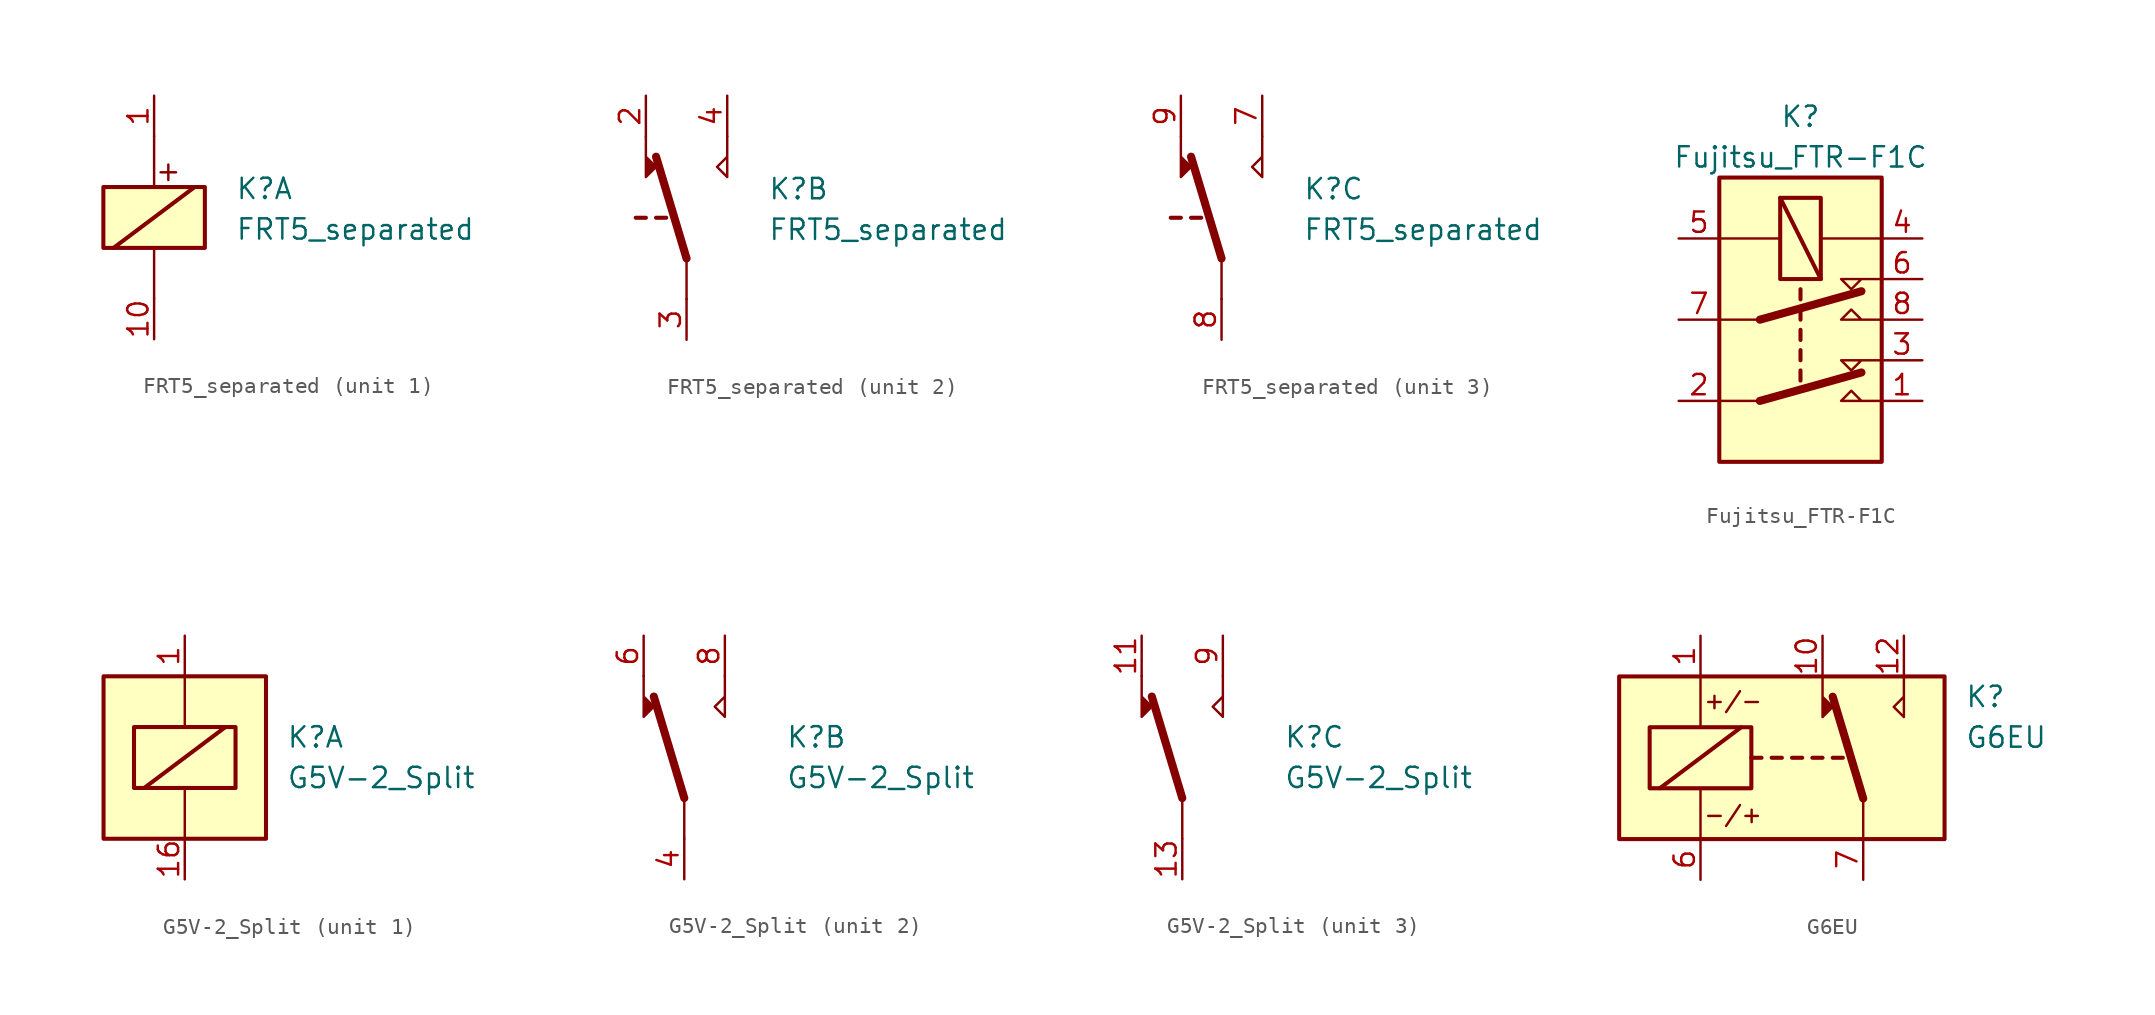
<source format=kicad_sym>
(kicad_symbol_lib
  (version 20220914)
  (generator kicad_symbol_editor)
  (symbol "FRT5_separated"
    (property "Reference" "K"
      (at 5.08 2.54 0)
      (effects (font (size 1.27 1.27)) (justify left top)))
    (property "Value" "FRT5_separated"
      (at 5.08 0 0)
      (effects (font (size 1.27 1.27)) (justify left top)))
    (symbol "FRT5_separated_1_0"
      (text "+" (at 0.889 2.921 0) (effects (font (size 1.27 1.27)))))
    (symbol "FRT5_separated_1_1"
      (rectangle (start -3.175 1.905) (end 3.175 -1.905) (stroke (width 0.254) (type default)) (fill (type background)))
      (polyline (pts (xy -2.54 -1.905) (xy 2.54 1.905)) (stroke (width 0.254) (type default)) (fill (type none)))
      (polyline (pts (xy 0 -5.08) (xy 0 -1.905)) (stroke (width 0) (type default)) (fill (type none)))
      (polyline (pts (xy 0 5.08) (xy 0 1.905)) (stroke (width 0) (type default)) (fill (type none)))
      (pin passive line (at 0 7.62 270) (length 2.54) (name "~" (effects (font (size 1.27 1.27)))) (number "1" (effects (font (size 1.27 1.27)))))
      (pin passive line (at 0 -7.62 90) (length 2.54) (name "~" (effects (font (size 1.27 1.27)))) (number "10" (effects (font (size 1.27 1.27))))))
    (symbol "FRT5_separated_2_1"
      (polyline (pts (xy -3.175 0) (xy -2.54 0)) (stroke (width 0.254) (type default)) (fill (type none)))
      (polyline (pts (xy -1.905 0) (xy -1.27 0)) (stroke (width 0.254) (type default)) (fill (type none)))
      (polyline (pts (xy 0 -2.54) (xy -1.905 3.81)) (stroke (width 0.508) (type default)) (fill (type none)))
      (polyline (pts (xy 0 -2.54) (xy 0 -5.08)) (stroke (width 0) (type default)) (fill (type none)))
      (polyline (pts (xy -2.54 5.08) (xy -2.54 2.54) (xy -1.905 3.175) (xy -2.54 3.81)) (stroke (width 0) (type default)) (fill (type outline)))
      (polyline (pts (xy 2.54 5.08) (xy 2.54 2.54) (xy 1.905 3.175) (xy 2.54 3.81)) (stroke (width 0) (type default)) (fill (type none)))
      (pin passive line (at -2.54 7.62 270) (length 2.54) (name "~" (effects (font (size 1.27 1.27)))) (number "2" (effects (font (size 1.27 1.27)))))
      (pin passive line (at 0 -7.62 90) (length 2.54) (name "~" (effects (font (size 1.27 1.27)))) (number "3" (effects (font (size 1.27 1.27)))))
      (pin passive line (at 2.54 7.62 270) (length 2.54) (name "~" (effects (font (size 1.27 1.27)))) (number "4" (effects (font (size 1.27 1.27))))))
    (symbol "FRT5_separated_3_1"
      (polyline (pts (xy -3.175 0) (xy -2.54 0)) (stroke (width 0.254) (type default)) (fill (type none)))
      (polyline (pts (xy -1.905 0) (xy -1.27 0)) (stroke (width 0.254) (type default)) (fill (type none)))
      (polyline (pts (xy 0 -2.54) (xy -1.905 3.81)) (stroke (width 0.508) (type default)) (fill (type none)))
      (polyline (pts (xy 0 -2.54) (xy 0 -5.08)) (stroke (width 0) (type default)) (fill (type none)))
      (polyline (pts (xy -2.54 5.08) (xy -2.54 2.54) (xy -1.905 3.175) (xy -2.54 3.81)) (stroke (width 0) (type default)) (fill (type outline)))
      (polyline (pts (xy 2.54 5.08) (xy 2.54 2.54) (xy 1.905 3.175) (xy 2.54 3.81)) (stroke (width 0) (type default)) (fill (type none)))
      (pin passive line (at 2.54 7.62 270) (length 2.54) (name "~" (effects (font (size 1.27 1.27)))) (number "7" (effects (font (size 1.27 1.27)))))
      (pin passive line (at 0 -7.62 90) (length 2.54) (name "~" (effects (font (size 1.27 1.27)))) (number "8" (effects (font (size 1.27 1.27)))))
      (pin passive line (at -2.54 7.62 270) (length 2.54) (name "~" (effects (font (size 1.27 1.27)))) (number "9" (effects (font (size 1.27 1.27)))))))
  (symbol "Fujitsu_FTR-F1C"
    (property "Reference" "K"
      (at 0 12.7 0)
      (effects (font (size 1.27 1.27))))
    (property "Value" "Fujitsu_FTR-F1C"
      (at 0 10.16 0)
      (effects (font (size 1.27 1.27))))
    (symbol "Fujitsu_FTR-F1C_0_1"
      (rectangle (start -1.27 7.62) (end 1.27 2.54) (stroke (width 0.254) (type default)) (fill (type background)))
      (polyline (pts (xy -1.27 7.62) (xy 1.27 2.54)) (stroke (width 0.254) (type default)) (fill (type none)))
      (polyline (pts (xy 5.08 -2.54) (xy 2.54 -2.54) (xy 3.175 -3.175) (xy 3.81 -2.54)) (stroke (width 0) (type default)) (fill (type none)))
      (polyline (pts (xy 5.08 2.54) (xy 2.54 2.54) (xy 3.175 1.905) (xy 3.81 2.54)) (stroke (width 0) (type default)) (fill (type none))))
    (symbol "Fujitsu_FTR-F1C_1_1"
      (polyline (pts (xy -2.54 -5.08) (xy -5.08 -5.08)) (stroke (width 0) (type default)) (fill (type none)))
      (polyline (pts (xy -2.54 -5.08) (xy 3.81 -3.302)) (stroke (width 0.508) (type default)) (fill (type none)))
      (polyline (pts (xy -2.54 0) (xy -5.08 0)) (stroke (width 0) (type default)) (fill (type none)))
      (polyline (pts (xy -2.54 0) (xy 3.81 1.778)) (stroke (width 0.508) (type default)) (fill (type none)))
      (polyline (pts (xy 0 -3.175) (xy 0 -3.81)) (stroke (width 0.254) (type default)) (fill (type none)))
      (polyline (pts (xy 0 -1.905) (xy 0 -2.54)) (stroke (width 0.254) (type default)) (fill (type none)))
      (polyline (pts (xy 0 -0.635) (xy 0 -1.27)) (stroke (width 0.254) (type default)) (fill (type none)))
      (polyline (pts (xy 0 0.635) (xy 0 0)) (stroke (width 0.254) (type default)) (fill (type none)))
      (polyline (pts (xy 0 1.905) (xy 0 1.27)) (stroke (width 0.254) (type default)) (fill (type none)))
      (polyline (pts (xy 5.08 5.08) (xy 1.27 5.08)) (stroke (width 0) (type default)) (fill (type none)))
      (polyline (pts (xy -5.08 5.08) (xy -1.27 5.08) (xy -1.524 5.08)) (stroke (width 0) (type default)) (fill (type none)))
      (polyline (pts (xy 5.08 -5.08) (xy 2.54 -5.08) (xy 3.175 -4.445) (xy 3.81 -5.08)) (stroke (width 0) (type default)) (fill (type none)))
      (polyline (pts (xy 5.08 0) (xy 2.54 0) (xy 3.175 0.635) (xy 3.81 0)) (stroke (width 0) (type default)) (fill (type none)))
      (rectangle (start 5.08 8.89) (end -5.08 -8.89) (stroke (width 0.254) (type default)) (fill (type background)))
      (pin passive line (at 7.62 -5.08 180) (length 2.54) (name "~" (effects (font (size 1.27 1.27)))) (number "1" (effects (font (size 1.27 1.27)))))
      (pin passive line (at -7.62 -5.08 0) (length 2.54) (name "~" (effects (font (size 1.27 1.27)))) (number "2" (effects (font (size 1.27 1.27)))))
      (pin passive line (at 7.62 -2.54 180) (length 2.54) (name "~" (effects (font (size 1.27 1.27)))) (number "3" (effects (font (size 1.27 1.27)))))
      (pin passive line (at 7.62 5.08 180) (length 2.54) (name "~" (effects (font (size 1.27 1.27)))) (number "4" (effects (font (size 1.27 1.27)))))
      (pin passive line (at -7.62 5.08 0) (length 2.54) (name "~" (effects (font (size 1.27 1.27)))) (number "5" (effects (font (size 1.27 1.27)))))
      (pin passive line (at 7.62 2.54 180) (length 2.54) (name "~" (effects (font (size 1.27 1.27)))) (number "6" (effects (font (size 1.27 1.27)))))
      (pin passive line (at -7.62 0 0) (length 2.54) (name "~" (effects (font (size 1.27 1.27)))) (number "7" (effects (font (size 1.27 1.27)))))
      (pin passive line (at 7.62 0 180) (length 2.54) (name "~" (effects (font (size 1.27 1.27)))) (number "8" (effects (font (size 1.27 1.27)))))))
  (symbol "G5V-2_Split"
    (property "Reference" "K"
      (at 6.35 1.27 0)
      (effects (font (size 1.27 1.27)) (justify left)))
    (property "Value" "G5V-2_Split"
      (at 6.35 -1.27 0)
      (effects (font (size 1.27 1.27)) (justify left)))
    (property "ki_locked" ""
      (at 0 0 0)
      (effects (font (size 1.27 1.27))))
    (symbol "G5V-2_Split_1_1"
      (rectangle (start -5.08 5.08) (end 5.08 -5.08) (stroke (width 0.254) (type default)) (fill (type background)))
      (rectangle (start -3.175 1.905) (end 3.175 -1.905) (stroke (width 0.254) (type default)) (fill (type none)))
      (polyline (pts (xy -2.54 -1.905) (xy 2.54 1.905)) (stroke (width 0.254) (type default)) (fill (type none)))
      (polyline (pts (xy 0 -5.08) (xy 0 -1.905)) (stroke (width 0) (type default)) (fill (type none)))
      (polyline (pts (xy 0 5.08) (xy 0 1.905)) (stroke (width 0) (type default)) (fill (type none)))
      (pin passive line (at 0 7.62 270) (length 2.54) (name "~" (effects (font (size 1.27 1.27)))) (number "1" (effects (font (size 1.27 1.27)))))
      (pin passive line (at 0 -7.62 90) (length 2.54) (name "~" (effects (font (size 1.27 1.27)))) (number "16" (effects (font (size 1.27 1.27))))))
    (symbol "G5V-2_Split_2_1"
      (polyline (pts (xy 0 -2.54) (xy -1.905 3.81)) (stroke (width 0.508) (type default)) (fill (type none)))
      (polyline (pts (xy 0 -2.54) (xy 0 -5.08)) (stroke (width 0) (type default)) (fill (type none)))
      (polyline (pts (xy -2.54 5.08) (xy -2.54 2.54) (xy -1.905 3.175) (xy -2.54 3.81)) (stroke (width 0) (type default)) (fill (type outline)))
      (polyline (pts (xy 2.54 5.08) (xy 2.54 2.54) (xy 1.905 3.175) (xy 2.54 3.81)) (stroke (width 0) (type default)) (fill (type none)))
      (pin passive line (at 0 -7.62 90) (length 2.54) (name "~" (effects (font (size 1.27 1.27)))) (number "4" (effects (font (size 1.27 1.27)))))
      (pin passive line (at -2.54 7.62 270) (length 2.54) (name "~" (effects (font (size 1.27 1.27)))) (number "6" (effects (font (size 1.27 1.27)))))
      (pin passive line (at 2.54 7.62 270) (length 2.54) (name "~" (effects (font (size 1.27 1.27)))) (number "8" (effects (font (size 1.27 1.27))))))
    (symbol "G5V-2_Split_3_1"
      (polyline (pts (xy 0 -2.54) (xy -1.905 3.81)) (stroke (width 0.508) (type default)) (fill (type none)))
      (polyline (pts (xy 0 -2.54) (xy 0 -5.08)) (stroke (width 0) (type default)) (fill (type none)))
      (polyline (pts (xy -2.54 5.08) (xy -2.54 2.54) (xy -1.905 3.175) (xy -2.54 3.81)) (stroke (width 0) (type default)) (fill (type outline)))
      (polyline (pts (xy 2.54 5.08) (xy 2.54 2.54) (xy 1.905 3.175) (xy 2.54 3.81)) (stroke (width 0) (type default)) (fill (type none)))
      (pin passive line (at -2.54 7.62 270) (length 2.54) (name "~" (effects (font (size 1.27 1.27)))) (number "11" (effects (font (size 1.27 1.27)))))
      (pin passive line (at 0 -7.62 90) (length 2.54) (name "~" (effects (font (size 1.27 1.27)))) (number "13" (effects (font (size 1.27 1.27)))))
      (pin passive line (at 2.54 7.62 270) (length 2.54) (name "~" (effects (font (size 1.27 1.27)))) (number "9" (effects (font (size 1.27 1.27)))))))
  (symbol "G6EU"
    (property "Reference" "K"
      (at 11.43 3.81 0)
      (effects (font (size 1.27 1.27)) (justify left)))
    (property "Value" "G6EU"
      (at 11.43 1.27 0)
      (effects (font (size 1.27 1.27)) (justify left)))
    (symbol "G6EU_0_0"
      (polyline (pts (xy 7.62 5.08) (xy 7.62 2.54) (xy 6.985 3.175) (xy 7.62 3.81)) (stroke (width 0) (type default)) (fill (type none)))
      (text "+/-" (at -3.048 3.556 0) (effects (font (size 1.016 1.016))))
      (text "-/+" (at -3.048 -3.556 0) (effects (font (size 1.016 1.016)))))
    (symbol "G6EU_0_1"
      (rectangle (start -10.16 5.08) (end 10.16 -5.08) (stroke (width 0.254) (type default)) (fill (type background)))
      (rectangle (start -8.255 1.905) (end -1.905 -1.905) (stroke (width 0.254) (type default)) (fill (type none)))
      (polyline (pts (xy -7.62 -1.905) (xy -2.54 1.905)) (stroke (width 0.254) (type default)) (fill (type none)))
      (polyline (pts (xy -5.08 -5.08) (xy -5.08 -1.905)) (stroke (width 0) (type default)) (fill (type none)))
      (polyline (pts (xy -5.08 5.08) (xy -5.08 1.905)) (stroke (width 0) (type default)) (fill (type none)))
      (polyline (pts (xy -1.905 0) (xy -1.27 0)) (stroke (width 0.254) (type default)) (fill (type none)))
      (polyline (pts (xy -0.635 0) (xy 0 0)) (stroke (width 0.254) (type default)) (fill (type none)))
      (polyline (pts (xy 0.635 0) (xy 1.27 0)) (stroke (width 0.254) (type default)) (fill (type none)))
      (polyline (pts (xy 1.905 0) (xy 2.54 0)) (stroke (width 0.254) (type default)) (fill (type none)))
      (polyline (pts (xy 3.175 0) (xy 3.81 0)) (stroke (width 0.254) (type default)) (fill (type none)))
      (polyline (pts (xy 5.08 -2.54) (xy 3.175 3.81)) (stroke (width 0.508) (type default)) (fill (type none)))
      (polyline (pts (xy 5.08 -2.54) (xy 5.08 -5.08)) (stroke (width 0) (type default)) (fill (type none)))
      (polyline (pts (xy 2.54 5.08) (xy 2.54 2.54) (xy 3.175 3.175) (xy 2.54 3.81)) (stroke (width 0) (type default)) (fill (type outline))))
    (symbol "G6EU_1_1"
      (pin passive line (at -5.08 7.62 270) (length 2.54) (name "~" (effects (font (size 1.27 1.27)))) (number "1" (effects (font (size 1.27 1.27)))))
      (pin passive line (at 2.54 7.62 270) (length 2.54) (name "~" (effects (font (size 1.27 1.27)))) (number "10" (effects (font (size 1.27 1.27)))))
      (pin passive line (at 7.62 7.62 270) (length 2.54) (name "~" (effects (font (size 1.27 1.27)))) (number "12" (effects (font (size 1.27 1.27)))))
      (pin passive line (at -5.08 -7.62 90) (length 2.54) (name "~" (effects (font (size 1.27 1.27)))) (number "6" (effects (font (size 1.27 1.27)))))
      (pin passive line (at 5.08 -7.62 90) (length 2.54) (name "~" (effects (font (size 1.27 1.27)))) (number "7" (effects (font (size 1.27 1.27))))))))
</source>
